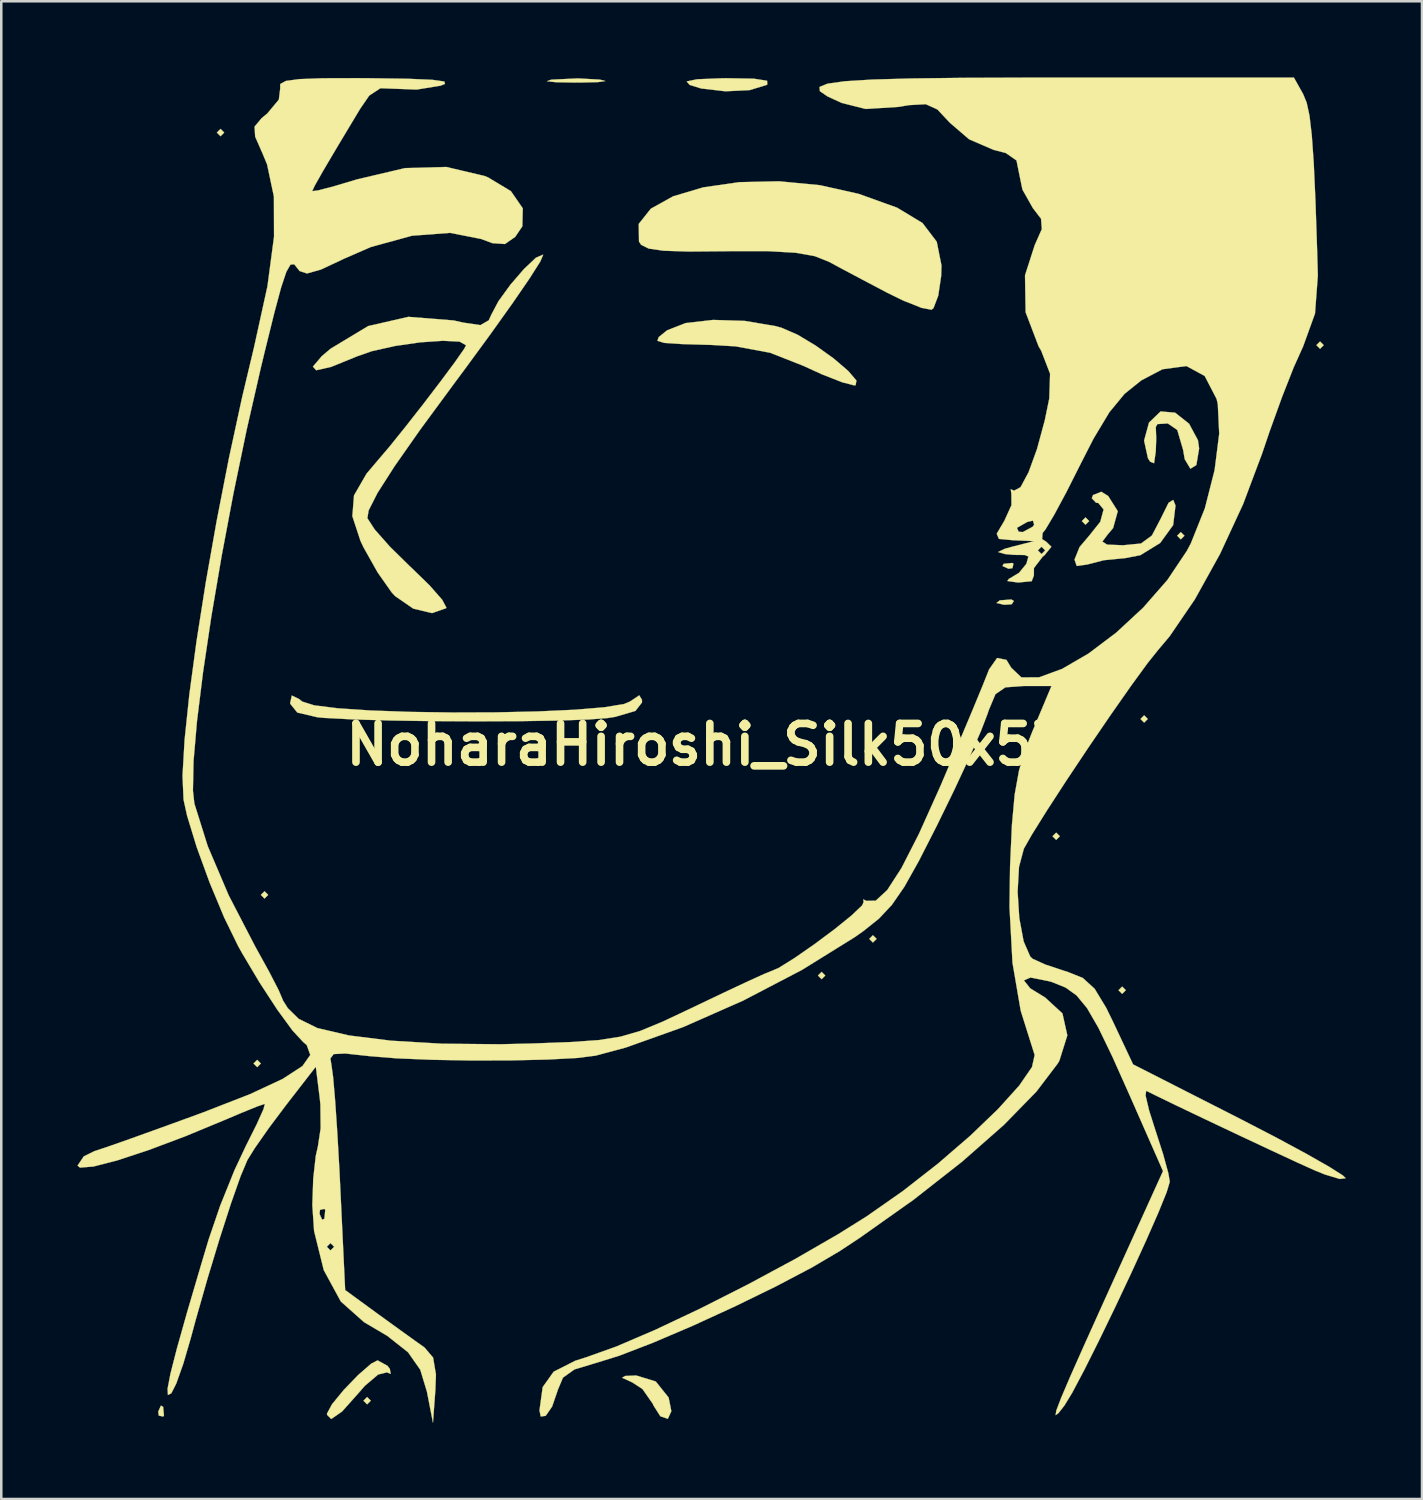
<source format=kicad_pcb>
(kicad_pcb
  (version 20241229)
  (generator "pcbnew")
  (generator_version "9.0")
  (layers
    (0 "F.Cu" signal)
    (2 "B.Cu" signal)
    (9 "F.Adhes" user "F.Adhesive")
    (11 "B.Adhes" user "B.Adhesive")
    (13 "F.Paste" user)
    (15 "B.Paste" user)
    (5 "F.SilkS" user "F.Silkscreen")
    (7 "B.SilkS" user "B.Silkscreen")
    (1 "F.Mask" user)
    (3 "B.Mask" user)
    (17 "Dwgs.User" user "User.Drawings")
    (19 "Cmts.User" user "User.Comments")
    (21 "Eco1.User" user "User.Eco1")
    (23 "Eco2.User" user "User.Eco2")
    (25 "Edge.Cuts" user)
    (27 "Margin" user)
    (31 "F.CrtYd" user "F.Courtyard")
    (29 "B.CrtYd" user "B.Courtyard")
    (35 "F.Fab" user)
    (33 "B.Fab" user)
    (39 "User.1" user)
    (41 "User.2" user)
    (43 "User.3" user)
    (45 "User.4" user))
  (footprint "NoharaHiroshi_Silk50x53"
    (layer "F.Cu")
    (at 24.828 26.271)
    (property "Reference" "NoharaHiroshi_Silk50x53" (at 0 0 0) (layer "F.SilkS") (effects (font (size 1.524 1.524) (thickness 0.3))))
    (attr through_hole)
    (fp_poly (pts (xy -19.05 -24.101) (xy -19.194 -23.957) (xy -19.339 -24.101) (xy -19.194 -24.245) (xy -19.05 -24.101)) (stroke (width 0.01) (type solid)) (fill yes) (layer "F.SilkS"))
    (fp_poly (pts (xy -17.607 12.556) (xy -17.751 12.7) (xy -17.895 12.556) (xy -17.751 12.411) (xy -17.607 12.556)) (stroke (width 0.01) (type solid)) (fill yes) (layer "F.SilkS"))
    (fp_poly (pts (xy -17.318 5.917) (xy -17.462 6.061) (xy -17.607 5.917) (xy -17.462 5.773) (xy -17.318 5.917)) (stroke (width 0.01) (type solid)) (fill yes) (layer "F.SilkS"))
    (fp_poly (pts (xy -13.277 25.833) (xy -13.422 25.977) (xy -13.566 25.833) (xy -13.422 25.689) (xy -13.277 25.833)) (stroke (width 0.01) (type solid)) (fill yes) (layer "F.SilkS"))
    (fp_poly (pts (xy 4.618 9.092) (xy 4.474 9.236) (xy 4.33 9.092) (xy 4.474 8.948) (xy 4.618 9.092)) (stroke (width 0.01) (type solid)) (fill yes) (layer "F.SilkS"))
    (fp_poly (pts (xy 6.639 7.649) (xy 6.494 7.793) (xy 6.35 7.649) (xy 6.494 7.505) (xy 6.639 7.649)) (stroke (width 0.01) (type solid)) (fill yes) (layer "F.SilkS"))
    (fp_poly (pts (xy 13.855 3.608) (xy 13.71 3.752) (xy 13.566 3.608) (xy 13.71 3.464) (xy 13.855 3.608)) (stroke (width 0.01) (type solid)) (fill yes) (layer "F.SilkS"))
    (fp_poly (pts (xy 15.009 -8.803) (xy 14.865 -8.659) (xy 14.72 -8.803) (xy 14.865 -8.948) (xy 15.009 -8.803)) (stroke (width 0.01) (type solid)) (fill yes) (layer "F.SilkS"))
    (fp_poly (pts (xy 16.452 9.669) (xy 16.308 9.814) (xy 16.164 9.669) (xy 16.308 9.525) (xy 16.452 9.669)) (stroke (width 0.01) (type solid)) (fill yes) (layer "F.SilkS"))
    (fp_poly (pts (xy 17.318 -1.01) (xy 17.174 -0.866) (xy 17.03 -1.01) (xy 17.174 -1.155) (xy 17.318 -1.01)) (stroke (width 0.01) (type solid)) (fill yes) (layer "F.SilkS"))
    (fp_poly (pts (xy 18.761 -8.226) (xy 18.617 -8.082) (xy 18.473 -8.226) (xy 18.617 -8.37) (xy 18.761 -8.226)) (stroke (width 0.01) (type solid)) (fill yes) (layer "F.SilkS"))
    (fp_poly (pts (xy 24.245 -15.731) (xy 24.101 -15.586) (xy 23.957 -15.731) (xy 24.101 -15.875) (xy 24.245 -15.731)) (stroke (width 0.01) (type solid)) (fill yes) (layer "F.SilkS"))
    (fp_poly (pts (xy -21.455 26.073) (xy -21.421 26.416) (xy -21.455 26.458) (xy -21.627 26.419) (xy -21.648 26.266) (xy -21.542 26.028) (xy -21.455 26.073)) (stroke (width 0.01) (type solid)) (fill yes) (layer "F.SilkS"))
    (fp_poly (pts (xy 12.027 -7.12) (xy 11.987 -6.948) (xy 11.834 -6.927) (xy 11.597 -7.033) (xy 11.642 -7.12) (xy 11.984 -7.154) (xy 12.027 -7.12)) (stroke (width 0.01) (type solid)) (fill yes) (layer "F.SilkS"))
    (fp_poly (pts (xy 12.045 -5.658) (xy 11.958 -5.527) (xy 11.666 -5.507) (xy 11.358 -5.577) (xy 11.491 -5.681) (xy 11.942 -5.716) (xy 12.045 -5.658)) (stroke (width 0.01) (type solid)) (fill yes) (layer "F.SilkS"))
    (fp_poly (pts (xy -4.257 -26.186) (xy -4.04 -26.129) (xy -4.334 -26.088) (xy -5.077 -26.07) (xy -5.195 -26.07) (xy -5.988 -26.084) (xy -6.342 -26.123) (xy -6.19 -26.179) (xy -6.134 -26.186) (xy -5.121 -26.234) (xy -4.257 -26.186)) (stroke (width 0.01) (type solid)) (fill yes) (layer "F.SilkS"))
    (fp_poly (pts (xy -2.056 25.077) (xy -1.55 25.709) (xy -1.443 26.247) (xy -1.581 26.547) (xy -1.876 26.446) (xy -2.152 26.013) (xy -2.171 25.959) (xy -2.579 25.375) (xy -2.984 25.111) (xy -3.38 24.93) (xy -3.264 24.859) (xy -2.824 24.841) (xy -2.056 25.077)) (stroke (width 0.01) (type solid)) (fill yes) (layer "F.SilkS"))
    (fp_poly (pts (xy 1.798 -26.223) (xy 2.327 -26.142) (xy 2.336 -25.996) (xy 2.309 -25.977) (xy 1.637 -25.772) (xy 0.685 -25.726) (xy -0.271 -25.838) (xy -0.722 -25.977) (xy -0.841 -26.114) (xy -0.427 -26.2) (xy 0.541 -26.239) (xy 0.722 -26.241) (xy 1.798 -26.223)) (stroke (width 0.01) (type solid)) (fill yes) (layer "F.SilkS"))
    (fp_poly (pts (xy -12.622 24.458) (xy -12.528 24.579) (xy -12.494 24.778) (xy -12.638 24.717) (xy -12.989 24.803) (xy -13.513 25.248) (xy -13.765 25.538) (xy -14.409 26.259) (xy -14.835 26.553) (xy -15 26.391) (xy -15.001 26.338) (xy -14.804 25.972) (xy -14.341 25.408) (xy -13.773 24.82) (xy -13.265 24.378) (xy -13.01 24.245) (xy -12.622 24.458)) (stroke (width 0.01) (type solid)) (fill yes) (layer "F.SilkS"))
    (fp_poly (pts (xy 18.393 -13.071) (xy 18.943 -12.637) (xy 19.293 -11.986) (xy 19.339 -11.662) (xy 19.23 -11.009) (xy 18.996 -10.865) (xy 18.772 -11.24) (xy 18.708 -11.61) (xy 18.478 -12.392) (xy 18.104 -12.648) (xy 17.697 -12.622) (xy 17.633 -12.506) (xy 17.65 -12.056) (xy 17.632 -11.545) (xy 17.565 -11.081) (xy 17.41 -11.141) (xy 17.323 -11.279) (xy 17.172 -11.973) (xy 17.365 -12.68) (xy 17.821 -13.12) (xy 18.393 -13.071)) (stroke (width 0.01) (type solid)) (fill yes) (layer "F.SilkS"))
    (fp_poly (pts (xy 1.451 -16.685) (xy 2.669 -16.478) (xy 2.893 -16.416) (xy 3.525 -16.142) (xy 4.248 -15.708) (xy 4.951 -15.204) (xy 5.52 -14.717) (xy 5.845 -14.337) (xy 5.813 -14.152) (xy 5.753 -14.147) (xy 5.285 -14.268) (xy 4.493 -14.579) (xy 3.752 -14.917) (xy 2.446 -15.431) (xy 1.086 -15.683) (xy 0.144 -15.738) (xy -1.034 -15.773) (xy -1.719 -15.818) (xy -1.992 -15.901) (xy -1.939 -16.049) (xy -1.641 -16.29) (xy -1.604 -16.317) (xy -0.882 -16.6) (xy 0.202 -16.724) (xy 1.451 -16.685)) (stroke (width 0.01) (type solid)) (fill yes) (layer "F.SilkS"))
    (fp_poly (pts (xy 15.756 -9.792) (xy 16.136 -9.192) (xy 15.952 -8.528) (xy 15.739 -8.276) (xy 15.528 -7.996) (xy 15.716 -7.876) (xy 16.343 -7.851) (xy 17.051 -7.92) (xy 17.479 -8.234) (xy 17.83 -8.904) (xy 18.136 -9.523) (xy 18.319 -9.638) (xy 18.409 -9.415) (xy 18.316 -8.644) (xy 17.804 -7.939) (xy 17.023 -7.46) (xy 16.424 -7.344) (xy 15.589 -7.262) (xy 14.944 -7.096) (xy 14.937 -7.093) (xy 14.52 -7.035) (xy 14.432 -7.285) (xy 14.631 -7.78) (xy 15.009 -8.226) (xy 15.447 -8.775) (xy 15.578 -9.26) (xy 15.369 -9.516) (xy 15.281 -9.525) (xy 15.112 -9.704) (xy 15.162 -9.828) (xy 15.487 -9.957) (xy 15.756 -9.792)) (stroke (width 0.01) (type solid)) (fill yes) (layer "F.SilkS"))
    (fp_poly (pts (xy -2.6 -1.767) (xy -2.598 -1.662) (xy -2.857 -1.328) (xy -3.652 -1.094) (xy -3.937 -1.049) (xy -4.701 -0.99) (xy -5.909 -0.948) (xy -7.43 -0.924) (xy -9.13 -0.917) (xy -10.877 -0.926) (xy -12.538 -0.951) (xy -13.981 -0.993) (xy -15.073 -1.05) (xy -15.37 -1.076) (xy -16.171 -1.263) (xy -16.451 -1.611) (xy -16.452 -1.64) (xy -16.388 -1.934) (xy -16.099 -1.795) (xy -15.975 -1.695) (xy -15.509 -1.548) (xy -14.575 -1.431) (xy -13.282 -1.345) (xy -11.739 -1.29) (xy -10.053 -1.265) (xy -8.335 -1.271) (xy -6.691 -1.308) (xy -5.232 -1.375) (xy -4.065 -1.473) (xy -3.3 -1.601) (xy -3.076 -1.695) (xy -2.707 -1.941) (xy -2.6 -1.767)) (stroke (width 0.01) (type solid)) (fill yes) (layer "F.SilkS"))
    (fp_poly (pts (xy 4.407 -22.029) (xy 5.935 -21.687) (xy 7.445 -21.144) (xy 8.447 -20.539) (xy 9.007 -19.803) (xy 9.194 -18.868) (xy 9.182 -18.457) (xy 9.066 -17.678) (xy 8.881 -17.192) (xy 8.803 -17.125) (xy 8.407 -17.199) (xy 7.688 -17.486) (xy 7.072 -17.787) (xy 6.08 -18.309) (xy 5.152 -18.803) (xy 4.763 -19.013) (xy 4.207 -19.234) (xy 3.448 -19.369) (xy 2.366 -19.431) (xy 0.841 -19.431) (xy 0.674 -19.428) (xy -0.777 -19.416) (xy -1.748 -19.448) (xy -2.335 -19.533) (xy -2.634 -19.682) (xy -2.717 -19.81) (xy -2.727 -20.504) (xy -2.251 -21.103) (xy -1.375 -21.59) (xy -0.185 -21.944) (xy 1.232 -22.148) (xy 2.792 -22.183) (xy 4.407 -22.029)) (stroke (width 0.01) (type solid)) (fill yes) (layer "F.SilkS"))
    (fp_poly (pts (xy -6.49 -19.286) (xy -6.607 -19.018) (xy -7.024 -18.361) (xy -7.695 -17.383) (xy -8.57 -16.157) (xy -9.601 -14.75) (xy -9.952 -14.278) (xy -11.326 -12.411) (xy -12.342 -10.962) (xy -13.016 -9.907) (xy -13.363 -9.223) (xy -13.412 -8.917) (xy -13.126 -8.475) (xy -12.528 -7.798) (xy -11.744 -7.027) (xy -11.689 -6.977) (xy -10.959 -6.267) (xy -10.464 -5.702) (xy -10.3 -5.391) (xy -10.309 -5.374) (xy -10.867 -5.179) (xy -11.605 -5.356) (xy -12.319 -5.848) (xy -12.458 -5.998) (xy -13.012 -6.787) (xy -13.559 -7.76) (xy -13.684 -8.023) (xy -14.004 -8.996) (xy -13.938 -9.815) (xy -13.446 -10.668) (xy -13.013 -11.18) (xy -12.541 -11.734) (xy -11.908 -12.521) (xy -11.205 -13.418) (xy -10.526 -14.308) (xy -9.961 -15.068) (xy -9.603 -15.58) (xy -9.525 -15.724) (xy -9.78 -15.869) (xy -10.438 -15.902) (xy -11.341 -15.84) (xy -12.329 -15.697) (xy -13.242 -15.492) (xy -13.814 -15.291) (xy -14.838 -14.875) (xy -15.427 -14.742) (xy -15.557 -14.885) (xy -15.206 -15.298) (xy -14.857 -15.593) (xy -13.38 -16.482) (xy -11.798 -16.845) (xy -10.015 -16.703) (xy -9.626 -16.616) (xy -8.962 -16.519) (xy -8.633 -16.708) (xy -8.533 -16.927) (xy -8.251 -17.46) (xy -7.78 -18.109) (xy -7.247 -18.727) (xy -6.778 -19.171) (xy -6.499 -19.293) (xy -6.49 -19.286)) (stroke (width 0.01) (type solid)) (fill yes) (layer "F.SilkS"))
    (fp_poly (pts (xy 23.435 -25.616) (xy 23.573 -25.28) (xy 23.685 -24.765) (xy 23.775 -23.999) (xy 23.852 -22.908) (xy 23.92 -21.417) (xy 23.986 -19.454) (xy 24.014 -18.473) (xy 23.902 -16.975) (xy 23.431 -15.672) (xy 23.425 -15.661) (xy 23.065 -14.861) (xy 22.605 -13.692) (xy 22.115 -12.337) (xy 21.817 -11.457) (xy 21.071 -9.471) (xy 20.161 -7.507) (xy 19.171 -5.722) (xy 18.182 -4.272) (xy 17.744 -3.752) (xy 17.317 -3.22) (xy 16.661 -2.32) (xy 15.856 -1.171) (xy 14.982 0.109) (xy 14.12 1.401) (xy 13.351 2.585) (xy 12.753 3.543) (xy 12.437 4.099) (xy 12.247 4.812) (xy 12.192 5.788) (xy 12.258 6.831) (xy 12.429 7.748) (xy 12.689 8.344) (xy 12.782 8.432) (xy 13.285 8.66) (xy 14.049 8.914) (xy 14.143 8.941) (xy 14.757 9.186) (xy 15.225 9.613) (xy 15.682 10.367) (xy 15.946 10.907) (xy 16.739 12.591) (xy 20.925 14.72) (xy 22.331 15.448) (xy 23.535 16.096) (xy 24.453 16.618) (xy 24.998 16.963) (xy 25.111 17.073) (xy 24.878 17.102) (xy 24.284 16.924) (xy 23.885 16.761) (xy 23.205 16.454) (xy 22.164 15.97) (xy 20.921 15.387) (xy 19.636 14.779) (xy 18.467 14.221) (xy 17.574 13.788) (xy 17.254 13.629) (xy 17.23 13.817) (xy 17.372 14.413) (xy 17.615 15.177) (xy 17.92 16.123) (xy 18.127 16.878) (xy 18.184 17.211) (xy 18.063 17.617) (xy 17.734 18.427) (xy 17.25 19.529) (xy 16.664 20.811) (xy 16.027 22.163) (xy 15.393 23.472) (xy 14.815 24.626) (xy 14.344 25.515) (xy 14.034 26.024) (xy 13.801 26.322) (xy 13.688 26.405) (xy 13.714 26.225) (xy 13.901 25.733) (xy 14.265 24.879) (xy 14.828 23.613) (xy 15.607 21.886) (xy 15.867 21.313) (xy 17.917 16.793) (xy 16.625 13.857) (xy 15.919 12.278) (xy 15.372 11.146) (xy 14.925 10.374) (xy 14.515 9.877) (xy 14.084 9.567) (xy 13.57 9.358) (xy 13.453 9.321) (xy 12.7 9.17) (xy 12.439 9.282) (xy 12.689 9.597) (xy 13.277 9.958) (xy 13.957 10.584) (xy 14.149 11.448) (xy 13.836 12.446) (xy 13.772 12.556) (xy 12.926 13.669) (xy 11.644 14.98) (xy 10.006 16.421) (xy 8.088 17.925) (xy 5.97 19.424) (xy 5.197 19.935) (xy 4.097 20.584) (xy 2.67 21.335) (xy 1.057 22.122) (xy -0.602 22.883) (xy -2.167 23.551) (xy -3.497 24.063) (xy -4.393 24.341) (xy -5.257 24.601) (xy -5.712 24.926) (xy -5.925 25.436) (xy -5.931 25.463) (xy -6.137 26.062) (xy -6.39 26.429) (xy -6.587 26.456) (xy -6.635 26.211) (xy -6.509 25.298) (xy -6.078 24.692) (xy -5.228 24.261) (xy -4.788 24.121) (xy -3.611 23.701) (xy -2.072 23.041) (xy -0.3 22.203) (xy 1.576 21.253) (xy 3.428 20.256) (xy 5.127 19.276) (xy 6.242 18.579) (xy 7.669 17.581) (xy 9.055 16.498) (xy 10.33 15.398) (xy 11.42 14.351) (xy 12.254 13.427) (xy 12.759 12.693) (xy 12.863 12.22) (xy 12.862 12.218) (xy 12.314 10.479) (xy 11.99 8.59) (xy 11.872 6.398) (xy 11.894 4.789) (xy 11.967 3.17) (xy 12.076 1.965) (xy 12.249 1.01) (xy 12.512 0.144) (xy 12.768 -0.505) (xy 13.525 -2.309) (xy 12.437 -2.309) (xy 11.711 -2.256) (xy 11.32 -1.989) (xy 11.049 -1.343) (xy 11.013 -1.227) (xy 10.754 -0.55) (xy 10.295 0.498) (xy 9.701 1.776) (xy 9.035 3.142) (xy 9.019 3.175) (xy 8.299 4.587) (xy 7.735 5.593) (xy 7.241 6.309) (xy 6.73 6.853) (xy 6.117 7.343) (xy 5.773 7.584) (xy 3.702 8.869) (xy 1.386 10.078) (xy -0.988 11.125) (xy -3.231 11.925) (xy -4.422 12.246) (xy -5.15 12.338) (xy -6.306 12.4) (xy -7.743 12.433) (xy -9.311 12.437) (xy -10.863 12.41) (xy -12.251 12.353) (xy -13.327 12.266) (xy -13.389 12.259) (xy -14.287 12.162) (xy -14.739 12.185) (xy -14.869 12.357) (xy -14.827 12.614) (xy -14.761 13.092) (xy -14.681 14.027) (xy -14.595 15.297) (xy -14.511 16.782) (xy -14.485 17.322) (xy -14.287 21.476) (xy -12.989 22.424) (xy -12.159 23.025) (xy -11.449 23.535) (xy -11.164 23.736) (xy -10.824 24.136) (xy -10.712 24.805) (xy -10.734 25.4) (xy -10.829 26.699) (xy -11.068 25.473) (xy -11.33 24.613) (xy -11.81 23.927) (xy -12.626 23.282) (xy -13.548 22.737) (xy -14.457 21.928) (xy -15.129 20.692) (xy -15.357 19.772) (xy -15.009 19.772) (xy -14.865 19.916) (xy -14.72 19.772) (xy -14.865 19.627) (xy -15.009 19.772) (xy -15.357 19.772) (xy -15.511 19.148) (xy -15.557 18.473) (xy -15.298 18.473) (xy -15.192 18.71) (xy -15.105 18.665) (xy -15.071 18.323) (xy -15.105 18.28) (xy -15.277 18.32) (xy -15.298 18.473) (xy -15.557 18.473) (xy -15.58 18.131) (xy -15.544 17.091) (xy -15.445 16.197) (xy -15.36 15.822) (xy -15.252 15.11) (xy -15.262 14.17) (xy -15.288 13.917) (xy -15.442 12.681) (xy -16.624 14.206) (xy -17.29 15.094) (xy -17.845 15.887) (xy -18.136 16.355) (xy -18.407 16.998) (xy -18.785 18.072) (xy -19.231 19.454) (xy -19.705 21.016) (xy -20.167 22.634) (xy -20.369 23.38) (xy -20.661 24.379) (xy -20.939 25.161) (xy -21.134 25.544) (xy -21.266 25.608) (xy -21.28 25.365) (xy -21.166 24.769) (xy -20.912 23.776) (xy -20.508 22.342) (xy -19.942 20.421) (xy -19.659 19.475) (xy -19.205 18.147) (xy -18.644 16.755) (xy -18.193 15.795) (xy -17.772 14.953) (xy -17.504 14.358) (xy -17.448 14.143) (xy -17.753 14.248) (xy -18.415 14.518) (xy -18.954 14.747) (xy -20.572 15.418) (xy -22.04 15.969) (xy -23.277 16.376) (xy -24.201 16.613) (xy -24.729 16.655) (xy -24.823 16.575) (xy -24.58 16.214) (xy -24.173 16.012) (xy -23.667 15.844) (xy -22.743 15.519) (xy -21.524 15.081) (xy -20.134 14.575) (xy -19.868 14.477) (xy -18.044 13.767) (xy -16.754 13.167) (xy -15.969 12.657) (xy -15.66 12.219) (xy -15.8 11.83) (xy -15.938 11.711) (xy -16.357 11.26) (xy -16.959 10.437) (xy -17.652 9.375) (xy -18.345 8.211) (xy -18.498 7.937) (xy -19.052 6.804) (xy -19.623 5.433) (xy -20.135 4.029) (xy -20.512 2.796) (xy -20.651 2.162) (xy -20.691 1.226) (xy -20.61 -0.184) (xy -20.422 -1.98) (xy -20.139 -4.075) (xy -19.776 -6.382) (xy -19.346 -8.812) (xy -18.864 -11.278) (xy -18.341 -13.693) (xy -17.876 -15.642) (xy -17.348 -18.044) (xy -17.088 -20.002) (xy -17.093 -21.581) (xy -17.361 -22.846) (xy -17.53 -23.255) (xy -17.831 -23.94) (xy -17.854 -24.336) (xy -17.572 -24.672) (xy -17.354 -24.851) (xy -16.899 -25.397) (xy -16.845 -25.832) (xy -16.844 -26.012) (xy -16.62 -26.134) (xy -16.092 -26.206) (xy -15.176 -26.24) (xy -13.787 -26.244) (xy -13.34 -26.241) (xy -11.832 -26.22) (xy -10.859 -26.179) (xy -10.381 -26.112) (xy -10.356 -26.017) (xy -10.535 -25.946) (xy -11.473 -25.794) (xy -12.267 -25.824) (xy -12.898 -25.847) (xy -13.339 -25.558) (xy -13.697 -25.037) (xy -14.561 -23.598) (xy -15.147 -22.607) (xy -15.48 -22.02) (xy -15.586 -21.793) (xy -15.586 -21.793) (xy -15.336 -21.827) (xy -14.681 -22.001) (xy -13.829 -22.255) (xy -11.931 -22.702) (xy -10.306 -22.747) (xy -8.811 -22.395) (xy -8.662 -22.337) (xy -7.76 -21.794) (xy -7.293 -21.117) (xy -7.31 -20.41) (xy -7.592 -19.993) (xy -7.996 -19.712) (xy -8.489 -19.746) (xy -8.938 -19.912) (xy -10.155 -20.152) (xy -11.653 -20.039) (xy -13.274 -19.595) (xy -14.323 -19.138) (xy -15.241 -18.707) (xy -15.789 -18.553) (xy -16.083 -18.65) (xy -16.141 -18.725) (xy -16.294 -18.914) (xy -16.439 -18.902) (xy -16.602 -18.621) (xy -16.808 -18.004) (xy -17.082 -16.982) (xy -17.451 -15.489) (xy -17.606 -14.847) (xy -18.166 -12.396) (xy -18.686 -9.891) (xy -19.154 -7.41) (xy -19.558 -5.034) (xy -19.884 -2.844) (xy -20.122 -0.919) (xy -20.258 0.66) (xy -20.281 1.813) (xy -20.224 2.322) (xy -19.698 3.997) (xy -18.87 5.94) (xy -17.813 7.979) (xy -17.78 8.037) (xy -17.273 8.956) (xy -16.903 9.675) (xy -16.743 10.051) (xy -16.741 10.066) (xy -16.545 10.377) (xy -16.115 10.799) (xy -15.378 11.161) (xy -14.143 11.45) (xy -12.484 11.657) (xy -10.478 11.776) (xy -8.198 11.798) (xy -6.917 11.768) (xy -5.406 11.711) (xy -4.305 11.634) (xy -3.446 11.5) (xy -2.661 11.271) (xy -1.784 10.907) (xy -0.645 10.371) (xy -0.49 10.296) (xy 0.66 9.748) (xy 1.602 9.307) (xy 2.223 9.025) (xy 2.416 8.948) (xy 2.78 8.794) (xy 3.418 8.396) (xy 4.197 7.854) (xy 4.987 7.265) (xy 5.653 6.726) (xy 6.064 6.336) (xy 6.128 6.202) (xy 6.114 6.093) (xy 6.236 6.151) (xy 6.604 6.145) (xy 7.058 5.726) (xy 7.617 4.862) (xy 8.304 3.518) (xy 9.138 1.663) (xy 9.294 1.299) (xy 9.886 -0.097) (xy 10.405 -1.333) (xy 10.803 -2.296) (xy 11.035 -2.876) (xy 11.066 -2.959) (xy 11.384 -3.412) (xy 11.752 -3.338) (xy 11.938 -3.031) (xy 12.34 -2.648) (xy 13.034 -2.65) (xy 13.941 -2.981) (xy 14.98 -3.585) (xy 16.072 -4.408) (xy 17.135 -5.393) (xy 18.09 -6.485) (xy 18.856 -7.629) (xy 19.012 -7.923) (xy 19.564 -9.302) (xy 19.948 -10.807) (xy 20.13 -12.242) (xy 20.074 -13.411) (xy 20.026 -13.615) (xy 19.558 -14.517) (xy 18.839 -14.908) (xy 17.896 -14.781) (xy 17.064 -14.345) (xy 16.401 -13.812) (xy 15.804 -13.088) (xy 15.178 -12.044) (xy 14.669 -11.048) (xy 14.113 -9.945) (xy 13.629 -9.045) (xy 13.286 -8.47) (xy 13.176 -8.333) (xy 13.157 -8.093) (xy 13.317 -7.991) (xy 13.521 -7.791) (xy 13.252 -7.46) (xy 13.176 -7.398) (xy 12.835 -6.954) (xy 12.832 -6.658) (xy 12.747 -6.436) (xy 12.212 -6.383) (xy 11.787 -6.442) (xy 11.856 -6.537) (xy 11.882 -6.544) (xy 12.251 -6.769) (xy 12.537 -7.121) (xy 12.618 -7.408) (xy 12.473 -7.467) (xy 12.042 -7.472) (xy 11.69 -7.505) (xy 11.423 -7.584) (xy 11.557 -7.649) (xy 12.989 -7.649) (xy 13.133 -7.505) (xy 13.277 -7.649) (xy 13.133 -7.793) (xy 12.989 -7.649) (xy 11.557 -7.649) (xy 11.691 -7.714) (xy 11.978 -7.793) (xy 12.844 -8.014) (xy 12.017 -8.048) (xy 11.457 -8.101) (xy 11.369 -8.304) (xy 11.506 -8.536) (xy 12.164 -8.536) (xy 12.232 -8.386) (xy 12.394 -8.37) (xy 12.786 -8.58) (xy 12.842 -8.656) (xy 12.796 -8.82) (xy 12.571 -8.769) (xy 12.164 -8.536) (xy 11.506 -8.536) (xy 11.669 -8.812) (xy 11.949 -9.428) (xy 11.946 -9.866) (xy 11.921 -10.057) (xy 12.054 -10) (xy 12.307 -10.137) (xy 12.622 -10.723) (xy 12.956 -11.641) (xy 13.263 -12.775) (xy 13.438 -13.627) (xy 13.47 -14.606) (xy 13.12 -15.511) (xy 13.019 -15.682) (xy 12.507 -17.026) (xy 12.483 -18.479) (xy 12.865 -19.668) (xy 13.145 -20.299) (xy 13.114 -20.708) (xy 12.793 -21.127) (xy 12.382 -21.855) (xy 12.257 -22.462) (xy 12.148 -23.003) (xy 11.729 -23.295) (xy 11.247 -23.42) (xy 10.283 -23.835) (xy 9.525 -24.486) (xy 9.032 -25.012) (xy 8.576 -25.218) (xy 7.909 -25.181) (xy 7.506 -25.112) (xy 6.209 -25.03) (xy 5.269 -25.267) (xy 4.711 -25.522) (xy 4.405 -25.731) (xy 4.391 -25.897) (xy 4.706 -26.026) (xy 5.39 -26.122) (xy 6.481 -26.189) (xy 8.018 -26.232) (xy 10.04 -26.256) (xy 12.586 -26.265) (xy 13.7 -26.266) (xy 23.071 -26.266) (xy 23.435 -25.616)) (stroke (width 0.01) (type solid)) (fill yes) (layer "F.SilkS")))
  (gr_rect
    (start -3 -3)
    (end 52.944 55.975)
    (stroke (width 0.1) (type default))
    (fill no)
    (layer "Edge.Cuts")))
</source>
